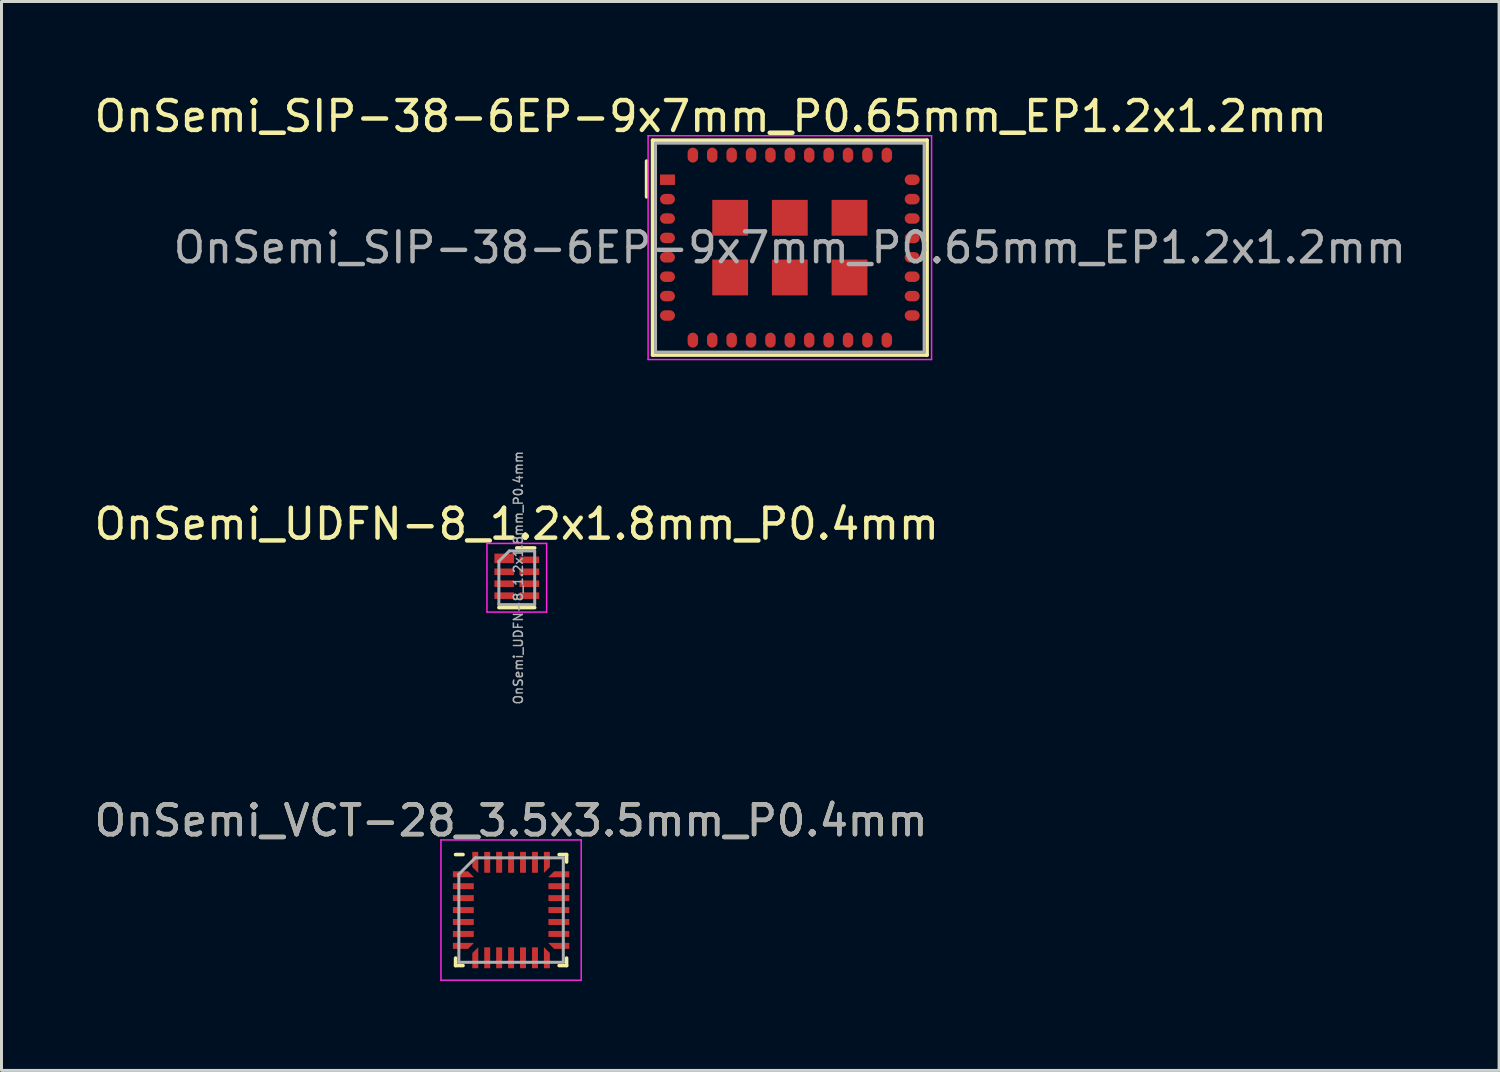
<source format=kicad_pcb>
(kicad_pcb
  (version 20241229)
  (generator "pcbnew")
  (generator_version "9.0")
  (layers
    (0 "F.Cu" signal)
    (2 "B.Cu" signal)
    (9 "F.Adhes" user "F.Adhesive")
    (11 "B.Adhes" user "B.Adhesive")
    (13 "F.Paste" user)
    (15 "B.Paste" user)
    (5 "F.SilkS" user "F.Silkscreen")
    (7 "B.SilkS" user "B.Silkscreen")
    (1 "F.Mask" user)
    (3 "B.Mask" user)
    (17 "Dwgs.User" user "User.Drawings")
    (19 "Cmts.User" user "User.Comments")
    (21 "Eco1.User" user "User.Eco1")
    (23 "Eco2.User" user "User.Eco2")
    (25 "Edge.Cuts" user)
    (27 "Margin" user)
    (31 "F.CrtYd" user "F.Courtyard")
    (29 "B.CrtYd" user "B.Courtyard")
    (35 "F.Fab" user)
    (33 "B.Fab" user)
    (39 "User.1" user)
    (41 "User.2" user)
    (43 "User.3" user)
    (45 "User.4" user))
  (footprint "OnSemi_VCT-28_3.5x3.5mm_P0.4mm"
    (layer "F.Cu")
    (at 14.077 27.447)
    (property "Reference" "OnSemi_VCT-28_3.5x3.5mm_P0.4mm" (at 0 -3 0) (layer "F.SilkS") (effects (font (size 1 1) (thickness 0.15))))
    (attr smd)
    (fp_line (start -1.86 -1.86) (end -1.61 -1.86) (stroke (width 0.12) (type solid)) (layer "F.SilkS"))
    (fp_line (start -1.86 1.86) (end -1.86 1.61) (stroke (width 0.12) (type solid)) (layer "F.SilkS"))
    (fp_line (start -1.86 1.86) (end -1.61 1.86) (stroke (width 0.12) (type solid)) (layer "F.SilkS"))
    (fp_line (start 1.61 -1.86) (end 1.86 -1.86) (stroke (width 0.12) (type solid)) (layer "F.SilkS"))
    (fp_line (start 1.86 -1.86) (end 1.86 -1.61) (stroke (width 0.12) (type solid)) (layer "F.SilkS"))
    (fp_line (start 1.86 1.61) (end 1.86 1.86) (stroke (width 0.12) (type solid)) (layer "F.SilkS"))
    (fp_line (start 1.86 1.86) (end 1.61 1.86) (stroke (width 0.12) (type solid)) (layer "F.SilkS"))
    (fp_line (start -2.35 -2.35) (end 2.35 -2.35) (stroke (width 0.05) (type solid)) (layer "F.CrtYd"))
    (fp_line (start -2.35 2.35) (end -2.35 -2.35) (stroke (width 0.05) (type solid)) (layer "F.CrtYd"))
    (fp_line (start 2.35 -2.35) (end 2.35 2.35) (stroke (width 0.05) (type solid)) (layer "F.CrtYd"))
    (fp_line (start 2.35 2.35) (end -2.35 2.35) (stroke (width 0.05) (type solid)) (layer "F.CrtYd"))
    (fp_line (start -1.75 1.75) (end -1.75 -1.2) (stroke (width 0.1) (type solid)) (layer "F.Fab"))
    (fp_line (start -1.2 -1.75) (end -1.75 -1.2) (stroke (width 0.1) (type solid)) (layer "F.Fab"))
    (fp_line (start -1.2 -1.75) (end 1.75 -1.75) (stroke (width 0.1) (type solid)) (layer "F.Fab"))
    (fp_line (start 1.75 -1.75) (end 1.75 1.75) (stroke (width 0.1) (type solid)) (layer "F.Fab"))
    (fp_line (start 1.75 1.75) (end -1.75 1.75) (stroke (width 0.1) (type solid)) (layer "F.Fab"))
    (fp_text user "${REFERENCE}" (at 0 -3 0) (layer "F.Fab") (effects (font (size 1 1) (thickness 0.15))))
    (pad "1" smd custom (at -1.6 -1.2 90) (size 0.144 0.144) (layers "F.Cu" "F.Mask" "F.Paste") (options (anchor circle)) (primitives (gr_poly (pts (xy -0.1 0.35) (xy -0.1 -0.35) (xy 0.1 -0.35) (xy 0.1 0.159) (xy -0.091 0.35)) (width 0) (fill yes))))
    (pad "2" smd rect (at -1.6 -0.8 90) (size 0.2 0.7) (layers "F.Cu" "F.Mask" "F.Paste"))
    (pad "3" smd rect (at -1.6 -0.4 90) (size 0.2 0.7) (layers "F.Cu" "F.Mask" "F.Paste"))
    (pad "4" smd rect (at -1.6 0 90) (size 0.2 0.7) (layers "F.Cu" "F.Mask" "F.Paste"))
    (pad "5" smd rect (at -1.6 0.4 90) (size 0.2 0.7) (layers "F.Cu" "F.Mask" "F.Paste"))
    (pad "6" smd rect (at -1.6 0.8 90) (size 0.2 0.7) (layers "F.Cu" "F.Mask" "F.Paste"))
    (pad "7" smd custom (at -1.6 1.2 90) (size 0.144 0.144) (layers "F.Cu" "F.Mask" "F.Paste") (options (anchor circle)) (primitives (gr_poly (pts (xy 0.1 0.35) (xy 0.1 -0.35) (xy -0.1 -0.35) (xy -0.1 0.159) (xy 0.091 0.35)) (width 0) (fill yes))))
    (pad "8" smd custom (at -1.2 1.6 180) (size 0.144 0.144) (layers "F.Cu" "F.Mask" "F.Paste") (options (anchor circle)) (primitives (gr_poly (pts (xy -0.1 0.35) (xy -0.1 -0.35) (xy 0.1 -0.35) (xy 0.1 0.159) (xy -0.091 0.35)) (width 0) (fill yes))))
    (pad "9" smd rect (at -0.8 1.6) (size 0.2 0.7) (layers "F.Cu" "F.Mask" "F.Paste"))
    (pad "10" smd rect (at -0.4 1.6) (size 0.2 0.7) (layers "F.Cu" "F.Mask" "F.Paste"))
    (pad "11" smd rect (at 0 1.6) (size 0.2 0.7) (layers "F.Cu" "F.Mask" "F.Paste"))
    (pad "12" smd rect (at 0.4 1.6) (size 0.2 0.7) (layers "F.Cu" "F.Mask" "F.Paste"))
    (pad "13" smd rect (at 0.8 1.6) (size 0.2 0.7) (layers "F.Cu" "F.Mask" "F.Paste"))
    (pad "14" smd custom (at 1.2 1.6 180) (size 0.144 0.144) (layers "F.Cu" "F.Mask" "F.Paste") (options (anchor circle)) (primitives (gr_poly (pts (xy 0.1 0.35) (xy 0.1 -0.35) (xy -0.1 -0.35) (xy -0.1 0.159) (xy 0.091 0.35)) (width 0) (fill yes))))
    (pad "15" smd custom (at 1.6 1.2 270) (size 0.144 0.144) (layers "F.Cu" "F.Mask" "F.Paste") (options (anchor circle)) (primitives (gr_poly (pts (xy -0.1 0.35) (xy -0.1 -0.35) (xy 0.1 -0.35) (xy 0.1 0.159) (xy -0.091 0.35)) (width 0) (fill yes))))
    (pad "16" smd rect (at 1.6 0.8 90) (size 0.2 0.7) (layers "F.Cu" "F.Mask" "F.Paste"))
    (pad "17" smd rect (at 1.6 0.4 90) (size 0.2 0.7) (layers "F.Cu" "F.Mask" "F.Paste"))
    (pad "18" smd rect (at 1.6 0 90) (size 0.2 0.7) (layers "F.Cu" "F.Mask" "F.Paste"))
    (pad "19" smd rect (at 1.6 -0.4 90) (size 0.2 0.7) (layers "F.Cu" "F.Mask" "F.Paste"))
    (pad "20" smd rect (at 1.6 -0.8 90) (size 0.2 0.7) (layers "F.Cu" "F.Mask" "F.Paste"))
    (pad "21" smd custom (at 1.6 -1.2 270) (size 0.144 0.144) (layers "F.Cu" "F.Mask" "F.Paste") (options (anchor circle)) (primitives (gr_poly (pts (xy 0.1 0.35) (xy 0.1 -0.35) (xy -0.1 -0.35) (xy -0.1 0.159) (xy 0.091 0.35)) (width 0) (fill yes))))
    (pad "22" smd custom (at 1.2 -1.6) (size 0.144 0.144) (layers "F.Cu" "F.Mask" "F.Paste") (options (anchor circle)) (primitives (gr_poly (pts (xy -0.1 0.35) (xy -0.1 -0.35) (xy 0.1 -0.35) (xy 0.1 0.159) (xy -0.091 0.35)) (width 0) (fill yes))))
    (pad "23" smd rect (at 0.8 -1.6) (size 0.2 0.7) (layers "F.Cu" "F.Mask" "F.Paste"))
    (pad "24" smd rect (at 0.4 -1.6) (size 0.2 0.7) (layers "F.Cu" "F.Mask" "F.Paste"))
    (pad "25" smd rect (at 0 -1.6) (size 0.2 0.7) (layers "F.Cu" "F.Mask" "F.Paste"))
    (pad "26" smd rect (at -0.4 -1.6) (size 0.2 0.7) (layers "F.Cu" "F.Mask" "F.Paste"))
    (pad "27" smd rect (at -0.8 -1.6) (size 0.2 0.7) (layers "F.Cu" "F.Mask" "F.Paste"))
    (pad "28" smd custom (at -1.2 -1.6) (size 0.144 0.144) (layers "F.Cu" "F.Mask" "F.Paste") (options (anchor circle)) (primitives (gr_poly (pts (xy 0.1 0.35) (xy 0.1 -0.35) (xy -0.1 -0.35) (xy -0.1 0.159) (xy 0.091 0.35)) (width 0) (fill yes)))))
  (footprint "OnSemi_UDFN-8_1.2x1.8mm_P0.4mm"
    (layer "F.Cu")
    (at 14.268 16.311)
    (property "Reference" "OnSemi_UDFN-8_1.2x1.8mm_P0.4mm" (at 0 -1.8 0) (layer "F.SilkS") (effects (font (size 1 1) (thickness 0.15))))
    (attr smd)
    (fp_line (start 0.6 -1) (end 0 -1) (stroke (width 0.12) (type solid)) (layer "F.SilkS"))
    (fp_line (start 0.6 1) (end -0.6 1) (stroke (width 0.12) (type solid)) (layer "F.SilkS"))
    (fp_line (start -1 -1.15) (end 1 -1.15) (stroke (width 0.05) (type solid)) (layer "F.CrtYd"))
    (fp_line (start -1 1.15) (end -1 -1.15) (stroke (width 0.05) (type solid)) (layer "F.CrtYd"))
    (fp_line (start 1 -1.15) (end 1 1.15) (stroke (width 0.05) (type solid)) (layer "F.CrtYd"))
    (fp_line (start 1 1.15) (end -1 1.15) (stroke (width 0.05) (type solid)) (layer "F.CrtYd"))
    (fp_line (start -0.6 -0.55) (end -0.25 -0.9) (stroke (width 0.1) (type solid)) (layer "F.Fab"))
    (fp_line (start -0.6 0.9) (end -0.6 -0.55) (stroke (width 0.1) (type solid)) (layer "F.Fab"))
    (fp_line (start -0.25 -0.9) (end 0.6 -0.9) (stroke (width 0.1) (type solid)) (layer "F.Fab"))
    (fp_line (start 0.6 -0.9) (end 0.6 0.9) (stroke (width 0.1) (type solid)) (layer "F.Fab"))
    (fp_line (start 0.6 0.9) (end -0.6 0.9) (stroke (width 0.1) (type solid)) (layer "F.Fab"))
    (fp_text user "${REFERENCE}" (at 0.05 0 90) (layer "F.Fab") (effects (font (size 0.3 0.3) (thickness 0.05))))
    (pad "1" smd rect (at -0.42 -0.65) (size 0.66 0.32) (layers "F.Cu" "F.Mask" "F.Paste"))
    (pad "2" smd rect (at -0.42 -0.2) (size 0.66 0.22) (layers "F.Cu" "F.Mask" "F.Paste"))
    (pad "3" smd rect (at -0.42 0.2) (size 0.66 0.22) (layers "F.Cu" "F.Mask" "F.Paste"))
    (pad "4" smd rect (at -0.42 0.6) (size 0.66 0.22) (layers "F.Cu" "F.Mask" "F.Paste"))
    (pad "5" smd rect (at 0.42 0.6) (size 0.66 0.22) (layers "F.Cu" "F.Mask" "F.Paste"))
    (pad "6" smd rect (at 0.42 0.2) (size 0.66 0.22) (layers "F.Cu" "F.Mask" "F.Paste"))
    (pad "7" smd rect (at 0.42 -0.2) (size 0.66 0.22) (layers "F.Cu" "F.Mask" "F.Paste"))
    (pad "8" smd rect (at 0.42 -0.6) (size 0.66 0.22) (layers "F.Cu" "F.Mask" "F.Paste")))
  (footprint "OnSemi_SIP-38-6EP-9x7mm_P0.65mm_EP1.2x1.2mm"
    (layer "F.Cu")
    (at 23.418 5.248)
    (property "Reference" "OnSemi_SIP-38-6EP-9x7mm_P0.65mm_EP1.2x1.2mm" (at -2.65 -4.4 180) (layer "F.SilkS") (effects (font (size 1 1) (thickness 0.15))))
    (attr smd)
    (fp_line (start -4.8 -2.9) (end -4.8 -1.7) (stroke (width 0.12) (type solid)) (layer "F.SilkS"))
    (fp_line (start -4.6 -3.6) (end 4.6 -3.6) (stroke (width 0.12) (type solid)) (layer "F.SilkS"))
    (fp_line (start -4.6 3.6) (end -4.6 -3.6) (stroke (width 0.12) (type solid)) (layer "F.SilkS"))
    (fp_line (start 4.6 -3.6) (end 4.6 3.6) (stroke (width 0.12) (type solid)) (layer "F.SilkS"))
    (fp_line (start 4.6 3.6) (end -4.6 3.6) (stroke (width 0.12) (type solid)) (layer "F.SilkS"))
    (fp_line (start -4.75 -3.75) (end 4.75 -3.75) (stroke (width 0.05) (type solid)) (layer "F.CrtYd"))
    (fp_line (start -4.75 3.75) (end -4.75 -3.75) (stroke (width 0.05) (type solid)) (layer "F.CrtYd"))
    (fp_line (start 4.75 -3.75) (end 4.75 3.75) (stroke (width 0.05) (type solid)) (layer "F.CrtYd"))
    (fp_line (start 4.75 3.75) (end -4.75 3.75) (stroke (width 0.05) (type solid)) (layer "F.CrtYd"))
    (fp_line (start -4.5 -3.5) (end -4.5 3.5) (stroke (width 0.1) (type solid)) (layer "F.Fab"))
    (fp_line (start -4.5 3.5) (end 4.5 3.5) (stroke (width 0.1) (type solid)) (layer "F.Fab"))
    (fp_line (start 4.5 -3.5) (end -4.5 -3.5) (stroke (width 0.1) (type solid)) (layer "F.Fab"))
    (fp_line (start 4.5 3.5) (end 4.5 -3.5) (stroke (width 0.1) (type solid)) (layer "F.Fab"))
    (fp_text user "${REFERENCE}" (at 0 0 0) (layer "F.Fab") (effects (font (size 1 1) (thickness 0.15))))
    (pad "1" smd rect (at -4.1 -2.275) (size 0.5 0.35) (layers "F.Cu" "F.Mask" "F.Paste"))
    (pad "2" smd oval (at -4.1 -1.625) (size 0.501 0.351) (layers "F.Cu" "F.Mask" "F.Paste"))
    (pad "3" smd oval (at -4.1 -0.975) (size 0.501 0.351) (layers "F.Cu" "F.Mask" "F.Paste"))
    (pad "4" smd oval (at -4.1 -0.325) (size 0.501 0.351) (layers "F.Cu" "F.Mask" "F.Paste"))
    (pad "5" smd oval (at -4.1 0.325) (size 0.501 0.351) (layers "F.Cu" "F.Mask" "F.Paste"))
    (pad "6" smd oval (at -4.1 0.975) (size 0.501 0.351) (layers "F.Cu" "F.Mask" "F.Paste"))
    (pad "7" smd oval (at -4.1 1.625) (size 0.501 0.351) (layers "F.Cu" "F.Mask" "F.Paste"))
    (pad "8" smd oval (at -4.1 2.275) (size 0.501 0.351) (layers "F.Cu" "F.Mask" "F.Paste"))
    (pad "9" smd oval (at -3.25 3.1 90) (size 0.501 0.351) (layers "F.Cu" "F.Mask" "F.Paste"))
    (pad "10" smd oval (at -2.6 3.1 90) (size 0.501 0.351) (layers "F.Cu" "F.Mask" "F.Paste"))
    (pad "11" smd oval (at -1.95 3.1 90) (size 0.501 0.351) (layers "F.Cu" "F.Mask" "F.Paste"))
    (pad "12" smd oval (at -1.3 3.1 90) (size 0.501 0.351) (layers "F.Cu" "F.Mask" "F.Paste"))
    (pad "13" smd oval (at -0.65 3.1 90) (size 0.501 0.351) (layers "F.Cu" "F.Mask" "F.Paste"))
    (pad "14" smd oval (at 0 3.1 90) (size 0.501 0.351) (layers "F.Cu" "F.Mask" "F.Paste"))
    (pad "15" smd oval (at 0.65 3.1 90) (size 0.501 0.351) (layers "F.Cu" "F.Mask" "F.Paste"))
    (pad "16" smd oval (at 1.3 3.1 90) (size 0.501 0.351) (layers "F.Cu" "F.Mask" "F.Paste"))
    (pad "17" smd oval (at 1.95 3.1 90) (size 0.501 0.351) (layers "F.Cu" "F.Mask" "F.Paste"))
    (pad "18" smd oval (at 2.6 3.1 90) (size 0.501 0.351) (layers "F.Cu" "F.Mask" "F.Paste"))
    (pad "19" smd oval (at 3.25 3.1 90) (size 0.501 0.351) (layers "F.Cu" "F.Mask" "F.Paste"))
    (pad "20" smd oval (at 4.1 2.275) (size 0.501 0.351) (layers "F.Cu" "F.Mask" "F.Paste"))
    (pad "21" smd oval (at 4.1 1.625) (size 0.501 0.351) (layers "F.Cu" "F.Mask" "F.Paste"))
    (pad "22" smd oval (at 4.1 0.975) (size 0.501 0.351) (layers "F.Cu" "F.Mask" "F.Paste"))
    (pad "23" smd oval (at 4.1 0.325) (size 0.501 0.351) (layers "F.Cu" "F.Mask" "F.Paste"))
    (pad "24" smd oval (at 4.1 -0.325) (size 0.501 0.351) (layers "F.Cu" "F.Mask" "F.Paste"))
    (pad "25" smd oval (at 4.1 -0.975) (size 0.501 0.351) (layers "F.Cu" "F.Mask" "F.Paste"))
    (pad "26" smd oval (at 4.1 -1.625) (size 0.501 0.351) (layers "F.Cu" "F.Mask" "F.Paste"))
    (pad "27" smd oval (at 4.1 -2.275) (size 0.501 0.351) (layers "F.Cu" "F.Mask" "F.Paste"))
    (pad "28" smd oval (at 3.25 -3.1 90) (size 0.501 0.351) (layers "F.Cu" "F.Mask" "F.Paste"))
    (pad "29" smd oval (at 2.6 -3.1 90) (size 0.501 0.351) (layers "F.Cu" "F.Mask" "F.Paste"))
    (pad "30" smd oval (at 1.95 -3.1 90) (size 0.501 0.351) (layers "F.Cu" "F.Mask" "F.Paste"))
    (pad "31" smd oval (at 1.3 -3.1 90) (size 0.501 0.351) (layers "F.Cu" "F.Mask" "F.Paste"))
    (pad "32" smd oval (at 0.65 -3.1 90) (size 0.501 0.351) (layers "F.Cu" "F.Mask" "F.Paste"))
    (pad "33" smd oval (at 0 -3.1 90) (size 0.501 0.351) (layers "F.Cu" "F.Mask" "F.Paste"))
    (pad "34" smd oval (at -0.65 -3.1 90) (size 0.501 0.351) (layers "F.Cu" "F.Mask" "F.Paste"))
    (pad "35" smd oval (at -1.3 -3.1 90) (size 0.501 0.351) (layers "F.Cu" "F.Mask" "F.Paste"))
    (pad "36" smd oval (at -1.95 -3.1 90) (size 0.501 0.351) (layers "F.Cu" "F.Mask" "F.Paste"))
    (pad "37" smd oval (at -2.6 -3.1 90) (size 0.501 0.351) (layers "F.Cu" "F.Mask" "F.Paste"))
    (pad "38" smd oval (at -3.25 -3.1 90) (size 0.501 0.351) (layers "F.Cu" "F.Mask" "F.Paste"))
    (pad "39" smd rect (at -2 -1) (size 1.2 1.2) (layers "F.Cu" "F.Mask" "F.Paste"))
    (pad "40" smd rect (at -2 1) (size 1.2 1.2) (layers "F.Cu" "F.Mask" "F.Paste"))
    (pad "41" smd rect (at 0 1) (size 1.2 1.2) (layers "F.Cu" "F.Mask" "F.Paste"))
    (pad "42" smd rect (at 2 1) (size 1.2 1.2) (layers "F.Cu" "F.Mask" "F.Paste"))
    (pad "43" smd rect (at 2 -1) (size 1.2 1.2) (layers "F.Cu" "F.Mask" "F.Paste"))
    (pad "44" smd rect (at 0 -1) (size 1.2 1.2) (layers "F.Cu" "F.Mask" "F.Paste")))
  (gr_rect
    (start -3 -3)
    (end 47.186 32.822)
    (stroke (width 0.1) (type default))
    (fill no)
    (layer "Edge.Cuts")))
</source>
